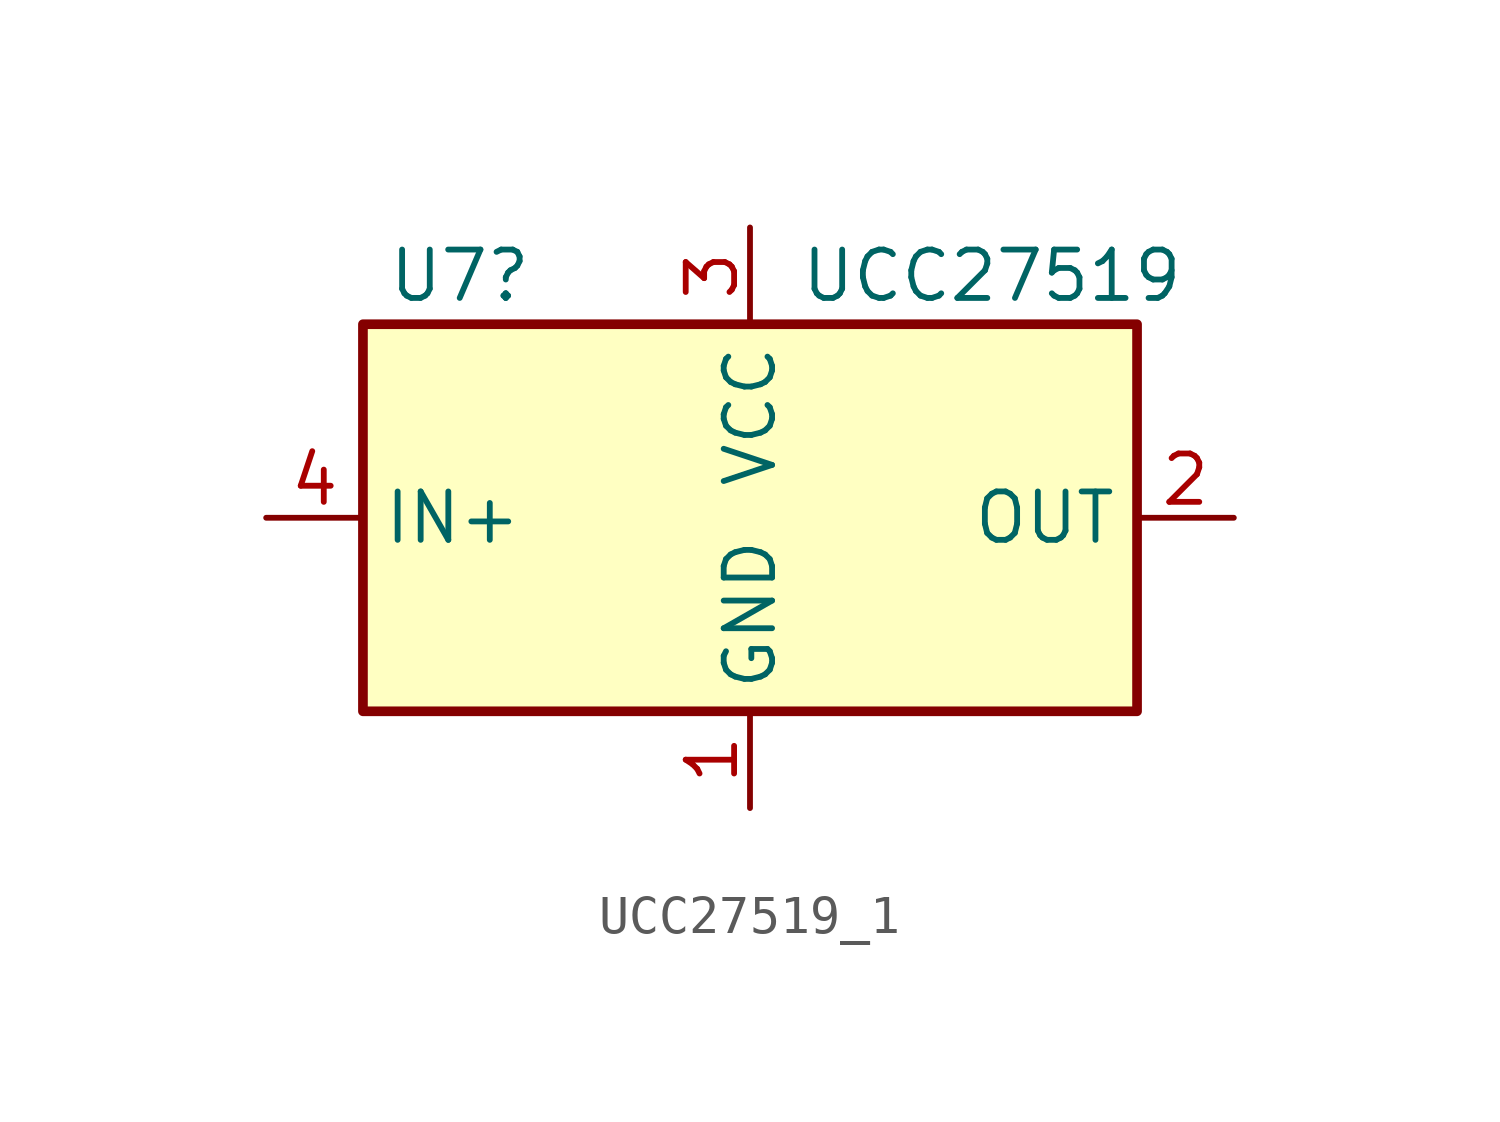
<source format=kicad_sym>
(kicad_symbol_lib
  (version 20231120)
  (generator "kicad_symbol_editor")
  (generator_version "8.0")
  (symbol "UCC27519_1"
    (property "Reference" "U7"
      (at -7.62 6.35 0)
      (effects (font (size 1.27 1.27))))
    (property "Value" "UCC27519"
      (at 6.35 6.35 0)
      (effects (font (size 1.27 1.27))))
    (symbol "UCC27519_1_0_1"
      (rectangle (start -10.16 5.08) (end 10.16 -5.08) (stroke (width 0.254) (type default)) (fill (type background))))
    (symbol "UCC27519_1_1_1"
      (pin power_in line (at 0 -7.62 90) (length 2.54) (name "GND" (effects (font (size 1.27 1.27)))) (number "1" (effects (font (size 1.27 1.27)))))
      (pin output line (at 12.7 0 180) (length 2.54) (name "OUT" (effects (font (size 1.27 1.27)))) (number "2" (effects (font (size 1.27 1.27)))))
      (pin power_in line (at 0 7.62 270) (length 2.54) (name "VCC" (effects (font (size 1.27 1.27)))) (number "3" (effects (font (size 1.27 1.27)))))
      (pin input line (at -12.7 0 0) (length 2.54) (name "IN+" (effects (font (size 1.27 1.27)))) (number "4" (effects (font (size 1.27 1.27))))))))
</source>
